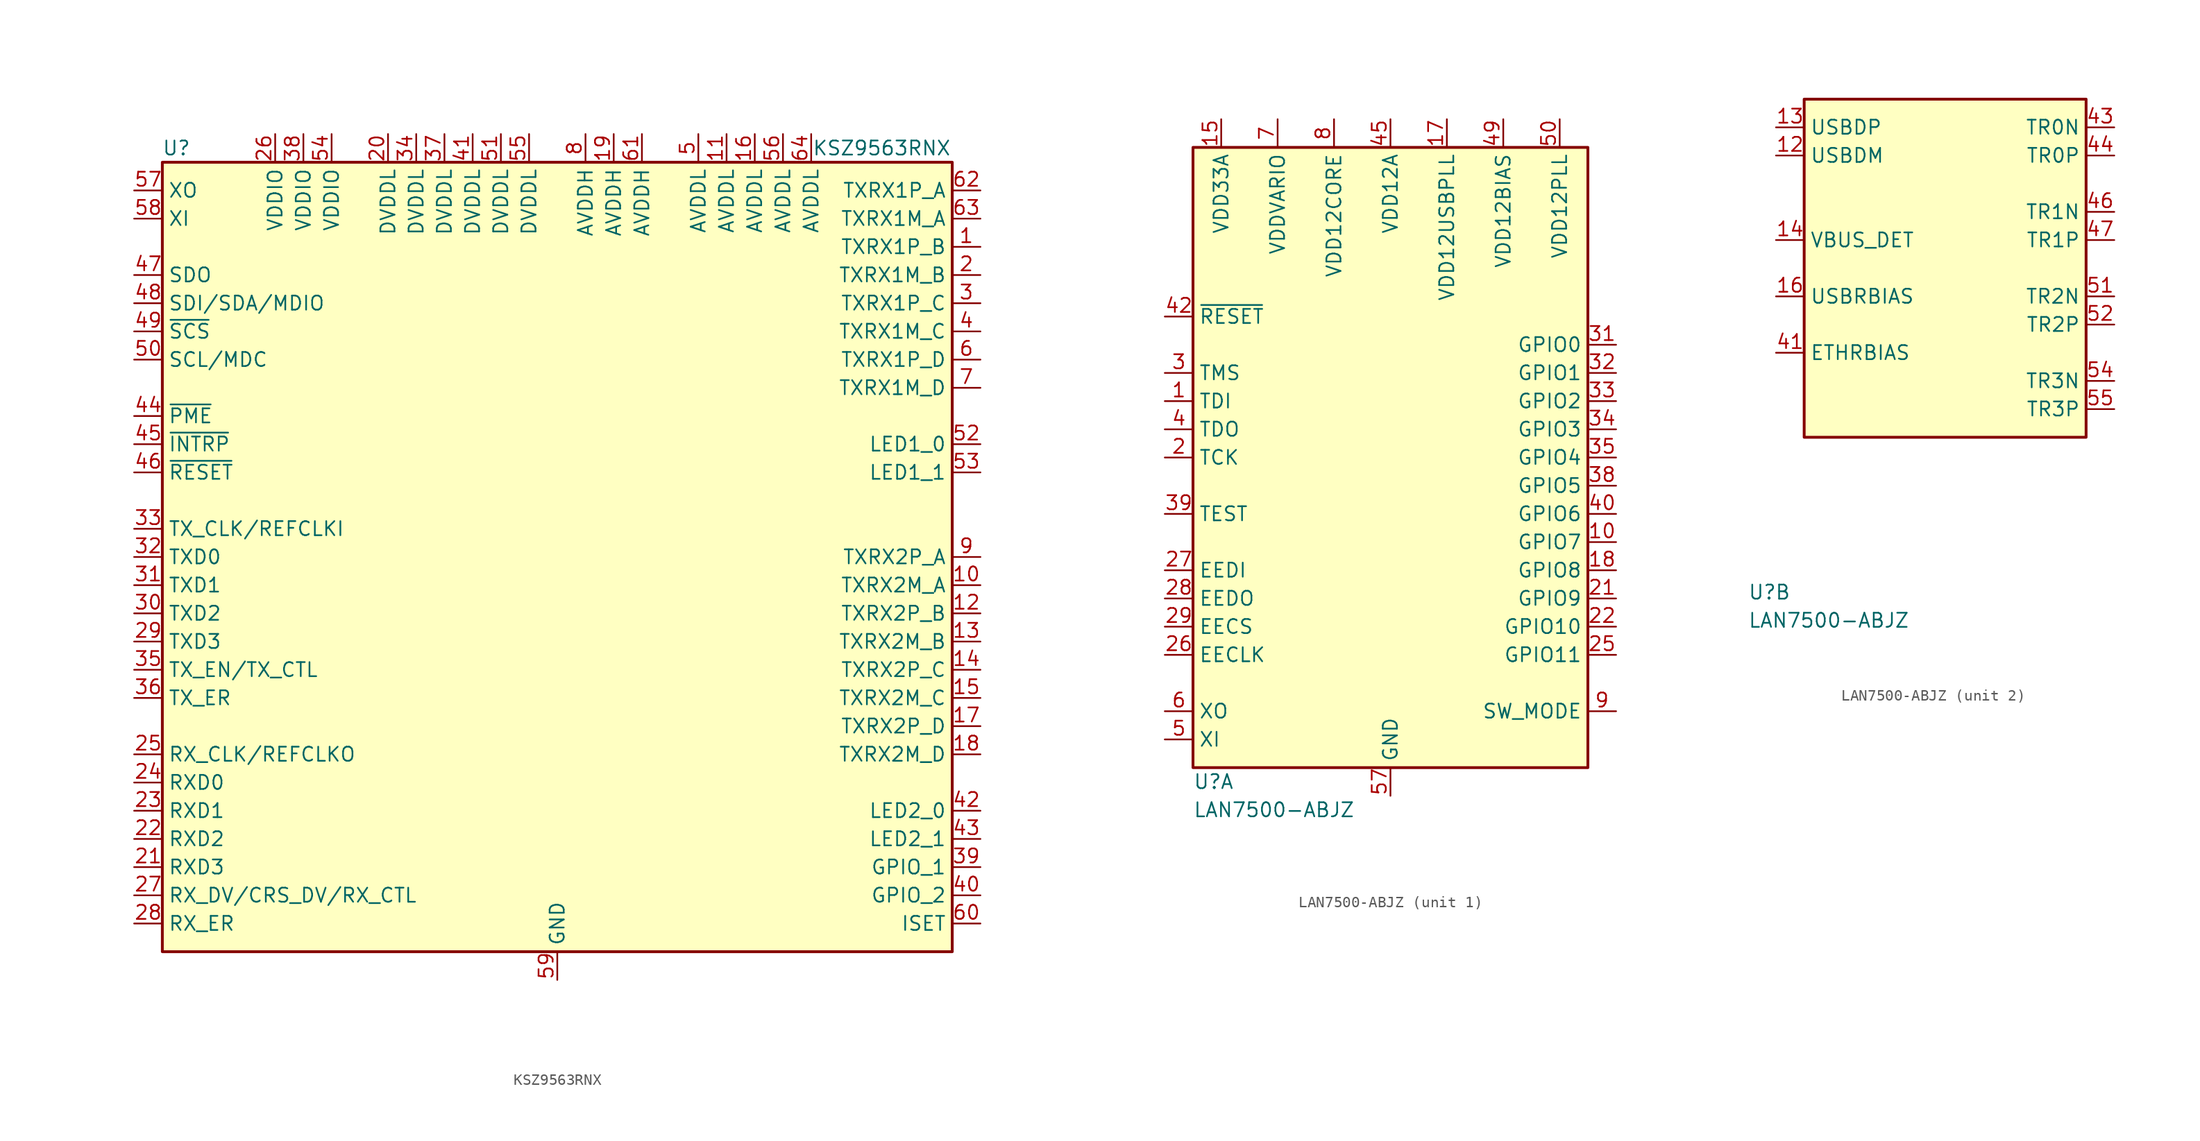
<source format=kicad_sym>
(kicad_symbol_lib
  (version 20201005)
  (generator kicad_symbol_editor)
  (symbol "Interface_Ethernet:KSZ9563RNX"
    (property "Reference" "U"
      (at -34.29 36.83 0)
      (effects (font (size 1.27 1.27))))
    (property "Value" "KSZ9563RNX"
      (at 29.21 36.83 0)
      (effects (font (size 1.27 1.27))))
    (symbol "KSZ9563RNX_0_1"
      (rectangle (start 35.56 -35.56) (end -35.56 35.56) (stroke (width 0.254)) (fill (type background))))
    (symbol "KSZ9563RNX_1_1"
      (pin passive line (at 38.1 27.94 180) (length 2.54) (name "TXRX1P_B" (effects (font (size 1.27 1.27)))) (number "1" (effects (font (size 1.27 1.27)))))
      (pin passive line (at 38.1 -2.54 180) (length 2.54) (name "TXRX2M_A" (effects (font (size 1.27 1.27)))) (number "10" (effects (font (size 1.27 1.27)))))
      (pin power_in line (at 15.24 38.1 270) (length 2.54) (name "AVDDL" (effects (font (size 1.27 1.27)))) (number "11" (effects (font (size 1.27 1.27)))))
      (pin passive line (at 38.1 -5.08 180) (length 2.54) (name "TXRX2P_B" (effects (font (size 1.27 1.27)))) (number "12" (effects (font (size 1.27 1.27)))))
      (pin passive line (at 38.1 -7.62 180) (length 2.54) (name "TXRX2M_B" (effects (font (size 1.27 1.27)))) (number "13" (effects (font (size 1.27 1.27)))))
      (pin passive line (at 38.1 -10.16 180) (length 2.54) (name "TXRX2P_C" (effects (font (size 1.27 1.27)))) (number "14" (effects (font (size 1.27 1.27)))))
      (pin passive line (at 38.1 -12.7 180) (length 2.54) (name "TXRX2M_C" (effects (font (size 1.27 1.27)))) (number "15" (effects (font (size 1.27 1.27)))))
      (pin power_in line (at 17.78 38.1 270) (length 2.54) (name "AVDDL" (effects (font (size 1.27 1.27)))) (number "16" (effects (font (size 1.27 1.27)))))
      (pin passive line (at 38.1 -15.24 180) (length 2.54) (name "TXRX2P_D" (effects (font (size 1.27 1.27)))) (number "17" (effects (font (size 1.27 1.27)))))
      (pin passive line (at 38.1 -17.78 180) (length 2.54) (name "TXRX2M_D" (effects (font (size 1.27 1.27)))) (number "18" (effects (font (size 1.27 1.27)))))
      (pin power_in line (at 5.08 38.1 270) (length 2.54) (name "AVDDH" (effects (font (size 1.27 1.27)))) (number "19" (effects (font (size 1.27 1.27)))))
      (pin passive line (at 38.1 25.4 180) (length 2.54) (name "TXRX1M_B" (effects (font (size 1.27 1.27)))) (number "2" (effects (font (size 1.27 1.27)))))
      (pin power_in line (at -15.24 38.1 270) (length 2.54) (name "DVDDL" (effects (font (size 1.27 1.27)))) (number "20" (effects (font (size 1.27 1.27)))))
      (pin output line (at -38.1 -27.94 0) (length 2.54) (name "RXD3" (effects (font (size 1.27 1.27)))) (number "21" (effects (font (size 1.27 1.27)))))
      (pin output line (at -38.1 -25.4 0) (length 2.54) (name "RXD2" (effects (font (size 1.27 1.27)))) (number "22" (effects (font (size 1.27 1.27)))))
      (pin output line (at -38.1 -22.86 0) (length 2.54) (name "RXD1" (effects (font (size 1.27 1.27)))) (number "23" (effects (font (size 1.27 1.27)))))
      (pin output line (at -38.1 -20.32 0) (length 2.54) (name "RXD0" (effects (font (size 1.27 1.27)))) (number "24" (effects (font (size 1.27 1.27)))))
      (pin bidirectional line (at -38.1 -17.78 0) (length 2.54) (name "RX_CLK/REFCLKO" (effects (font (size 1.27 1.27)))) (number "25" (effects (font (size 1.27 1.27)))))
      (pin power_in line (at -25.4 38.1 270) (length 2.54) (name "VDDIO" (effects (font (size 1.27 1.27)))) (number "26" (effects (font (size 1.27 1.27)))))
      (pin output line (at -38.1 -30.48 0) (length 2.54) (name "RX_DV/CRS_DV/RX_CTL" (effects (font (size 1.27 1.27)))) (number "27" (effects (font (size 1.27 1.27)))))
      (pin output line (at -38.1 -33.02 0) (length 2.54) (name "RX_ER" (effects (font (size 1.27 1.27)))) (number "28" (effects (font (size 1.27 1.27)))))
      (pin input line (at -38.1 -7.62 0) (length 2.54) (name "TXD3" (effects (font (size 1.27 1.27)))) (number "29" (effects (font (size 1.27 1.27)))))
      (pin passive line (at 38.1 22.86 180) (length 2.54) (name "TXRX1P_C" (effects (font (size 1.27 1.27)))) (number "3" (effects (font (size 1.27 1.27)))))
      (pin input line (at -38.1 -5.08 0) (length 2.54) (name "TXD2" (effects (font (size 1.27 1.27)))) (number "30" (effects (font (size 1.27 1.27)))))
      (pin input line (at -38.1 -2.54 0) (length 2.54) (name "TXD1" (effects (font (size 1.27 1.27)))) (number "31" (effects (font (size 1.27 1.27)))))
      (pin input line (at -38.1 0 0) (length 2.54) (name "TXD0" (effects (font (size 1.27 1.27)))) (number "32" (effects (font (size 1.27 1.27)))))
      (pin bidirectional line (at -38.1 2.54 0) (length 2.54) (name "TX_CLK/REFCLKI" (effects (font (size 1.27 1.27)))) (number "33" (effects (font (size 1.27 1.27)))))
      (pin power_in line (at -12.7 38.1 270) (length 2.54) (name "DVDDL" (effects (font (size 1.27 1.27)))) (number "34" (effects (font (size 1.27 1.27)))))
      (pin input line (at -38.1 -10.16 0) (length 2.54) (name "TX_EN/TX_CTL" (effects (font (size 1.27 1.27)))) (number "35" (effects (font (size 1.27 1.27)))))
      (pin input line (at -38.1 -12.7 0) (length 2.54) (name "TX_ER" (effects (font (size 1.27 1.27)))) (number "36" (effects (font (size 1.27 1.27)))))
      (pin power_in line (at -10.16 38.1 270) (length 2.54) (name "DVDDL" (effects (font (size 1.27 1.27)))) (number "37" (effects (font (size 1.27 1.27)))))
      (pin power_in line (at -22.86 38.1 270) (length 2.54) (name "VDDIO" (effects (font (size 1.27 1.27)))) (number "38" (effects (font (size 1.27 1.27)))))
      (pin bidirectional line (at 38.1 -27.94 180) (length 2.54) (name "GPIO_1" (effects (font (size 1.27 1.27)))) (number "39" (effects (font (size 1.27 1.27)))))
      (pin passive line (at 38.1 20.32 180) (length 2.54) (name "TXRX1M_C" (effects (font (size 1.27 1.27)))) (number "4" (effects (font (size 1.27 1.27)))))
      (pin bidirectional line (at 38.1 -30.48 180) (length 2.54) (name "GPIO_2" (effects (font (size 1.27 1.27)))) (number "40" (effects (font (size 1.27 1.27)))))
      (pin power_in line (at -7.62 38.1 270) (length 2.54) (name "DVDDL" (effects (font (size 1.27 1.27)))) (number "41" (effects (font (size 1.27 1.27)))))
      (pin output line (at 38.1 -22.86 180) (length 2.54) (name "LED2_0" (effects (font (size 1.27 1.27)))) (number "42" (effects (font (size 1.27 1.27)))))
      (pin output line (at 38.1 -25.4 180) (length 2.54) (name "LED2_1" (effects (font (size 1.27 1.27)))) (number "43" (effects (font (size 1.27 1.27)))))
      (pin output line (at -38.1 12.7 0) (length 2.54) (name "~PME" (effects (font (size 1.27 1.27)))) (number "44" (effects (font (size 1.27 1.27)))))
      (pin open_collector line (at -38.1 10.16 0) (length 2.54) (name "~INTRP" (effects (font (size 1.27 1.27)))) (number "45" (effects (font (size 1.27 1.27)))))
      (pin input line (at -38.1 7.62 0) (length 2.54) (name "~RESET" (effects (font (size 1.27 1.27)))) (number "46" (effects (font (size 1.27 1.27)))))
      (pin output line (at -38.1 25.4 0) (length 2.54) (name "SDO" (effects (font (size 1.27 1.27)))) (number "47" (effects (font (size 1.27 1.27)))))
      (pin bidirectional line (at -38.1 22.86 0) (length 2.54) (name "SDI/SDA/MDIO" (effects (font (size 1.27 1.27)))) (number "48" (effects (font (size 1.27 1.27)))))
      (pin input line (at -38.1 20.32 0) (length 2.54) (name "~SCS" (effects (font (size 1.27 1.27)))) (number "49" (effects (font (size 1.27 1.27)))))
      (pin power_in line (at 12.7 38.1 270) (length 2.54) (name "AVDDL" (effects (font (size 1.27 1.27)))) (number "5" (effects (font (size 1.27 1.27)))))
      (pin input line (at -38.1 17.78 0) (length 2.54) (name "SCL/MDC" (effects (font (size 1.27 1.27)))) (number "50" (effects (font (size 1.27 1.27)))))
      (pin power_in line (at -5.08 38.1 270) (length 2.54) (name "DVDDL" (effects (font (size 1.27 1.27)))) (number "51" (effects (font (size 1.27 1.27)))))
      (pin output line (at 38.1 10.16 180) (length 2.54) (name "LED1_0" (effects (font (size 1.27 1.27)))) (number "52" (effects (font (size 1.27 1.27)))))
      (pin output line (at 38.1 7.62 180) (length 2.54) (name "LED1_1" (effects (font (size 1.27 1.27)))) (number "53" (effects (font (size 1.27 1.27)))))
      (pin power_in line (at -20.32 38.1 270) (length 2.54) (name "VDDIO" (effects (font (size 1.27 1.27)))) (number "54" (effects (font (size 1.27 1.27)))))
      (pin power_in line (at -2.54 38.1 270) (length 2.54) (name "DVDDL" (effects (font (size 1.27 1.27)))) (number "55" (effects (font (size 1.27 1.27)))))
      (pin power_in line (at 20.32 38.1 270) (length 2.54) (name "AVDDL" (effects (font (size 1.27 1.27)))) (number "56" (effects (font (size 1.27 1.27)))))
      (pin output line (at -38.1 33.02 0) (length 2.54) (name "XO" (effects (font (size 1.27 1.27)))) (number "57" (effects (font (size 1.27 1.27)))))
      (pin input line (at -38.1 30.48 0) (length 2.54) (name "XI" (effects (font (size 1.27 1.27)))) (number "58" (effects (font (size 1.27 1.27)))))
      (pin power_in line (at 0 -38.1 90) (length 2.54) (name "GND" (effects (font (size 1.27 1.27)))) (number "59" (effects (font (size 1.27 1.27)))))
      (pin passive line (at 38.1 17.78 180) (length 2.54) (name "TXRX1P_D" (effects (font (size 1.27 1.27)))) (number "6" (effects (font (size 1.27 1.27)))))
      (pin passive line (at 38.1 -33.02 180) (length 2.54) (name "ISET" (effects (font (size 1.27 1.27)))) (number "60" (effects (font (size 1.27 1.27)))))
      (pin power_in line (at 7.62 38.1 270) (length 2.54) (name "AVDDH" (effects (font (size 1.27 1.27)))) (number "61" (effects (font (size 1.27 1.27)))))
      (pin passive line (at 38.1 33.02 180) (length 2.54) (name "TXRX1P_A" (effects (font (size 1.27 1.27)))) (number "62" (effects (font (size 1.27 1.27)))))
      (pin passive line (at 38.1 30.48 180) (length 2.54) (name "TXRX1M_A" (effects (font (size 1.27 1.27)))) (number "63" (effects (font (size 1.27 1.27)))))
      (pin power_in line (at 22.86 38.1 270) (length 2.54) (name "AVDDL" (effects (font (size 1.27 1.27)))) (number "64" (effects (font (size 1.27 1.27)))))
      (pin passive line (at 0 -38.1 90) (length 2.54) hide (name "GND" (effects (font (size 1.27 1.27)))) (number "65" (effects (font (size 1.27 1.27)))))
      (pin passive line (at 38.1 15.24 180) (length 2.54) (name "TXRX1M_D" (effects (font (size 1.27 1.27)))) (number "7" (effects (font (size 1.27 1.27)))))
      (pin power_in line (at 2.54 38.1 270) (length 2.54) (name "AVDDH" (effects (font (size 1.27 1.27)))) (number "8" (effects (font (size 1.27 1.27)))))
      (pin passive line (at 38.1 0 180) (length 2.54) (name "TXRX2P_A" (effects (font (size 1.27 1.27)))) (number "9" (effects (font (size 1.27 1.27)))))))
  (symbol "Interface_Ethernet:LAN7500-ABJZ"
    (property "Reference" "U"
      (at -17.78 -29.21 0)
      (effects (font (size 1.27 1.27)) (justify left)))
    (property "Value" "LAN7500-ABJZ"
      (at -17.78 -31.75 0)
      (effects (font (size 1.27 1.27)) (justify left)))
    (property "ki_locked" ""
      (at 0 0 0)
      (effects (font (size 1.27 1.27))))
    (symbol "LAN7500-ABJZ_1_1"
      (rectangle (start -17.78 27.94) (end 17.78 -27.94) (stroke (width 0.254)) (fill (type background)))
      (pin input line (at -20.32 5.08 0) (length 2.54) (name "TDI" (effects (font (size 1.27 1.27)))) (number "1" (effects (font (size 1.27 1.27)))))
      (pin bidirectional line (at 20.32 -7.62 180) (length 2.54) (name "GPIO7" (effects (font (size 1.27 1.27)))) (number "10" (effects (font (size 1.27 1.27)))))
      (pin passive line (at -5.08 30.48 270) (length 2.54) hide (name "VDD12CORE" (effects (font (size 1.27 1.27)))) (number "11" (effects (font (size 1.27 1.27)))))
      (pin power_in line (at -15.24 30.48 270) (length 2.54) (name "VDD33A" (effects (font (size 1.27 1.27)))) (number "15" (effects (font (size 1.27 1.27)))))
      (pin power_in line (at 5.08 30.48 270) (length 2.54) (name "VDD12USBPLL" (effects (font (size 1.27 1.27)))) (number "17" (effects (font (size 1.27 1.27)))))
      (pin bidirectional line (at 20.32 -10.16 180) (length 2.54) (name "GPIO8" (effects (font (size 1.27 1.27)))) (number "18" (effects (font (size 1.27 1.27)))))
      (pin passive line (at -10.16 30.48 270) (length 2.54) hide (name "VDDVARIO" (effects (font (size 1.27 1.27)))) (number "19" (effects (font (size 1.27 1.27)))))
      (pin input line (at -20.32 0 0) (length 2.54) (name "TCK" (effects (font (size 1.27 1.27)))) (number "2" (effects (font (size 1.27 1.27)))))
      (pin passive line (at -5.08 30.48 270) (length 2.54) hide (name "VDD12CORE" (effects (font (size 1.27 1.27)))) (number "20" (effects (font (size 1.27 1.27)))))
      (pin bidirectional line (at 20.32 -12.7 180) (length 2.54) (name "GPIO9" (effects (font (size 1.27 1.27)))) (number "21" (effects (font (size 1.27 1.27)))))
      (pin bidirectional line (at 20.32 -15.24 180) (length 2.54) (name "GPIO10" (effects (font (size 1.27 1.27)))) (number "22" (effects (font (size 1.27 1.27)))))
      (pin passive line (at -5.08 30.48 270) (length 2.54) hide (name "VDD12CORE" (effects (font (size 1.27 1.27)))) (number "23" (effects (font (size 1.27 1.27)))))
      (pin passive line (at -10.16 30.48 270) (length 2.54) hide (name "VDDVARIO" (effects (font (size 1.27 1.27)))) (number "24" (effects (font (size 1.27 1.27)))))
      (pin bidirectional line (at 20.32 -17.78 180) (length 2.54) (name "GPIO11" (effects (font (size 1.27 1.27)))) (number "25" (effects (font (size 1.27 1.27)))))
      (pin output line (at -20.32 -17.78 0) (length 2.54) (name "EECLK" (effects (font (size 1.27 1.27)))) (number "26" (effects (font (size 1.27 1.27)))))
      (pin input line (at -20.32 -10.16 0) (length 2.54) (name "EEDI" (effects (font (size 1.27 1.27)))) (number "27" (effects (font (size 1.27 1.27)))))
      (pin output line (at -20.32 -12.7 0) (length 2.54) (name "EEDO" (effects (font (size 1.27 1.27)))) (number "28" (effects (font (size 1.27 1.27)))))
      (pin output line (at -20.32 -15.24 0) (length 2.54) (name "EECS" (effects (font (size 1.27 1.27)))) (number "29" (effects (font (size 1.27 1.27)))))
      (pin input line (at -20.32 7.62 0) (length 2.54) (name "TMS" (effects (font (size 1.27 1.27)))) (number "3" (effects (font (size 1.27 1.27)))))
      (pin passive line (at -5.08 30.48 270) (length 2.54) hide (name "VDD12CORE" (effects (font (size 1.27 1.27)))) (number "30" (effects (font (size 1.27 1.27)))))
      (pin bidirectional line (at 20.32 10.16 180) (length 2.54) (name "GPIO0" (effects (font (size 1.27 1.27)))) (number "31" (effects (font (size 1.27 1.27)))))
      (pin bidirectional line (at 20.32 7.62 180) (length 2.54) (name "GPIO1" (effects (font (size 1.27 1.27)))) (number "32" (effects (font (size 1.27 1.27)))))
      (pin bidirectional line (at 20.32 5.08 180) (length 2.54) (name "GPIO2" (effects (font (size 1.27 1.27)))) (number "33" (effects (font (size 1.27 1.27)))))
      (pin bidirectional line (at 20.32 2.54 180) (length 2.54) (name "GPIO3" (effects (font (size 1.27 1.27)))) (number "34" (effects (font (size 1.27 1.27)))))
      (pin bidirectional line (at 20.32 0 180) (length 2.54) (name "GPIO4" (effects (font (size 1.27 1.27)))) (number "35" (effects (font (size 1.27 1.27)))))
      (pin passive line (at -5.08 30.48 270) (length 2.54) hide (name "VDD12CORE" (effects (font (size 1.27 1.27)))) (number "36" (effects (font (size 1.27 1.27)))))
      (pin passive line (at -10.16 30.48 270) (length 2.54) hide (name "VDDVARIO" (effects (font (size 1.27 1.27)))) (number "37" (effects (font (size 1.27 1.27)))))
      (pin bidirectional line (at 20.32 -2.54 180) (length 2.54) (name "GPIO5" (effects (font (size 1.27 1.27)))) (number "38" (effects (font (size 1.27 1.27)))))
      (pin input line (at -20.32 -5.08 0) (length 2.54) (name "TEST" (effects (font (size 1.27 1.27)))) (number "39" (effects (font (size 1.27 1.27)))))
      (pin output line (at -20.32 2.54 0) (length 2.54) (name "TDO" (effects (font (size 1.27 1.27)))) (number "4" (effects (font (size 1.27 1.27)))))
      (pin bidirectional line (at 20.32 -5.08 180) (length 2.54) (name "GPIO6" (effects (font (size 1.27 1.27)))) (number "40" (effects (font (size 1.27 1.27)))))
      (pin input line (at -20.32 12.7 0) (length 2.54) (name "~RESET" (effects (font (size 1.27 1.27)))) (number "42" (effects (font (size 1.27 1.27)))))
      (pin power_in line (at 0 30.48 270) (length 2.54) (name "VDD12A" (effects (font (size 1.27 1.27)))) (number "45" (effects (font (size 1.27 1.27)))))
      (pin passive line (at 0 30.48 270) (length 2.54) hide (name "VDD12A" (effects (font (size 1.27 1.27)))) (number "48" (effects (font (size 1.27 1.27)))))
      (pin power_in line (at 10.16 30.48 270) (length 2.54) (name "VDD12BIAS" (effects (font (size 1.27 1.27)))) (number "49" (effects (font (size 1.27 1.27)))))
      (pin input line (at -20.32 -25.4 0) (length 2.54) (name "XI" (effects (font (size 1.27 1.27)))) (number "5" (effects (font (size 1.27 1.27)))))
      (pin power_in line (at 15.24 30.48 270) (length 2.54) (name "VDD12PLL" (effects (font (size 1.27 1.27)))) (number "50" (effects (font (size 1.27 1.27)))))
      (pin passive line (at 0 30.48 270) (length 2.54) hide (name "VDD12A" (effects (font (size 1.27 1.27)))) (number "53" (effects (font (size 1.27 1.27)))))
      (pin passive line (at 0 30.48 270) (length 2.54) hide (name "VDD12A" (effects (font (size 1.27 1.27)))) (number "56" (effects (font (size 1.27 1.27)))))
      (pin power_in line (at 0 -30.48 90) (length 2.54) (name "GND" (effects (font (size 1.27 1.27)))) (number "57" (effects (font (size 1.27 1.27)))))
      (pin output line (at -20.32 -22.86 0) (length 2.54) (name "XO" (effects (font (size 1.27 1.27)))) (number "6" (effects (font (size 1.27 1.27)))))
      (pin power_in line (at -10.16 30.48 270) (length 2.54) (name "VDDVARIO" (effects (font (size 1.27 1.27)))) (number "7" (effects (font (size 1.27 1.27)))))
      (pin power_in line (at -5.08 30.48 270) (length 2.54) (name "VDD12CORE" (effects (font (size 1.27 1.27)))) (number "8" (effects (font (size 1.27 1.27)))))
      (pin output line (at 20.32 -22.86 180) (length 2.54) (name "SW_MODE" (effects (font (size 1.27 1.27)))) (number "9" (effects (font (size 1.27 1.27))))))
    (symbol "LAN7500-ABJZ_2_1"
      (rectangle (start 12.7 -15.24) (end -12.7 15.24) (stroke (width 0.254)) (fill (type background)))
      (pin bidirectional line (at -15.24 10.16 0) (length 2.54) (name "USBDM" (effects (font (size 1.27 1.27)))) (number "12" (effects (font (size 1.27 1.27)))))
      (pin bidirectional line (at -15.24 12.7 0) (length 2.54) (name "USBDP" (effects (font (size 1.27 1.27)))) (number "13" (effects (font (size 1.27 1.27)))))
      (pin input line (at -15.24 2.54 0) (length 2.54) (name "VBUS_DET" (effects (font (size 1.27 1.27)))) (number "14" (effects (font (size 1.27 1.27)))))
      (pin passive line (at -15.24 -2.54 0) (length 2.54) (name "USBRBIAS" (effects (font (size 1.27 1.27)))) (number "16" (effects (font (size 1.27 1.27)))))
      (pin passive line (at -15.24 -7.62 0) (length 2.54) (name "ETHRBIAS" (effects (font (size 1.27 1.27)))) (number "41" (effects (font (size 1.27 1.27)))))
      (pin bidirectional line (at 15.24 12.7 180) (length 2.54) (name "TR0N" (effects (font (size 1.27 1.27)))) (number "43" (effects (font (size 1.27 1.27)))))
      (pin bidirectional line (at 15.24 10.16 180) (length 2.54) (name "TR0P" (effects (font (size 1.27 1.27)))) (number "44" (effects (font (size 1.27 1.27)))))
      (pin bidirectional line (at 15.24 5.08 180) (length 2.54) (name "TR1N" (effects (font (size 1.27 1.27)))) (number "46" (effects (font (size 1.27 1.27)))))
      (pin bidirectional line (at 15.24 2.54 180) (length 2.54) (name "TR1P" (effects (font (size 1.27 1.27)))) (number "47" (effects (font (size 1.27 1.27)))))
      (pin bidirectional line (at 15.24 -2.54 180) (length 2.54) (name "TR2N" (effects (font (size 1.27 1.27)))) (number "51" (effects (font (size 1.27 1.27)))))
      (pin bidirectional line (at 15.24 -5.08 180) (length 2.54) (name "TR2P" (effects (font (size 1.27 1.27)))) (number "52" (effects (font (size 1.27 1.27)))))
      (pin bidirectional line (at 15.24 -10.16 180) (length 2.54) (name "TR3N" (effects (font (size 1.27 1.27)))) (number "54" (effects (font (size 1.27 1.27)))))
      (pin bidirectional line (at 15.24 -12.7 180) (length 2.54) (name "TR3P" (effects (font (size 1.27 1.27)))) (number "55" (effects (font (size 1.27 1.27))))))))
</source>
